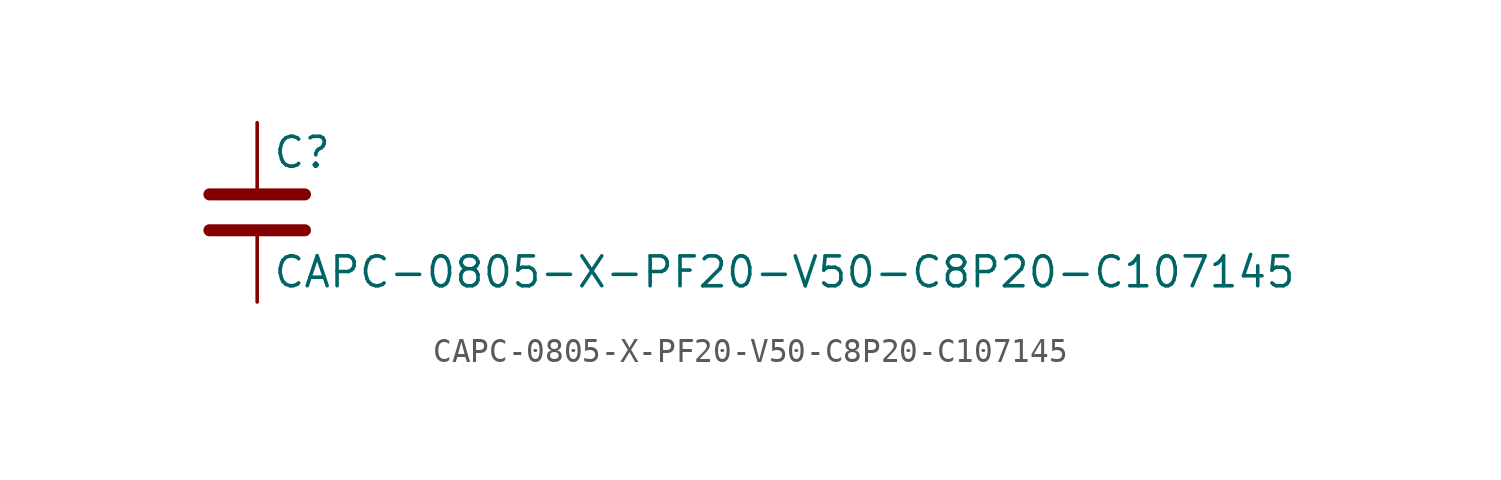
<source format=kicad_sym>
(kicad_symbol_lib
  (version 20211014)
  (generator kicad_symbol_editor)
  (symbol "CAPC-0805-X-PF20-V50-C8P20-C107145"
    (pin_numbers hide)
    (pin_names
      (offset 0.254))
    (property "Reference" "C"
      (at 0.635 2.54 0)
      (effects (font (size 1.27 1.27)) (justify left)))
    (property "Value" "CAPC-0805-X-PF20-V50-C8P20-C107145"
      (at 0.635 -2.54 0)
      (effects (font (size 1.27 1.27)) (justify left)))
    (symbol "CAPC-0805-X-PF20-V50-C8P20-C107145_0_1"
      (polyline (pts (xy -2.032 -0.762) (xy 2.032 -0.762)) (stroke (width 0.508) (type default) (color 0 0 0 0)) (fill (type none)))
      (polyline (pts (xy -2.032 0.762) (xy 2.032 0.762)) (stroke (width 0.508) (type default) (color 0 0 0 0)) (fill (type none))))
    (symbol "CAPC-0805-X-PF20-V50-C8P20-C107145_1_1"
      (pin passive line (at 0 3.81 270) (length 2.794) (name "~" (effects (font (size 1.27 1.27)))) (number "1" (effects (font (size 1.27 1.27)))))
      (pin passive line (at 0 -3.81 90) (length 2.794) (name "~" (effects (font (size 1.27 1.27)))) (number "2" (effects (font (size 1.27 1.27))))))))
</source>
